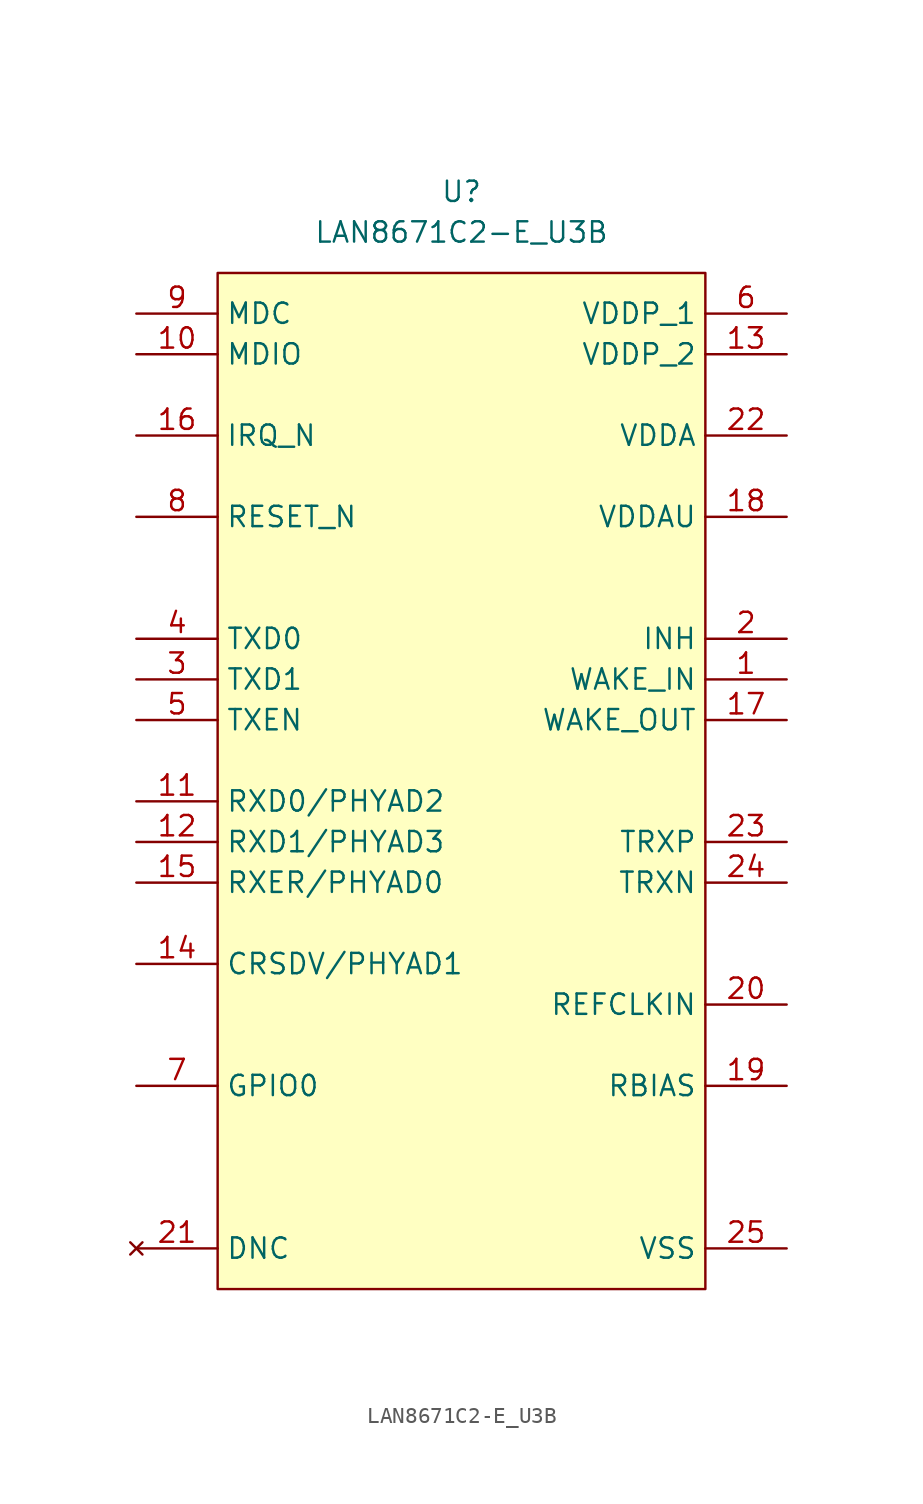
<source format=kicad_sym>
(kicad_symbol_lib
  (version 20241209)
  (generator "kicad_symbol_editor")
  (generator_version "9.0")
  (symbol "LAN8671C2-E_U3B"
    (property "Reference" "U"
      (at 0 5.08 0)
      (effects (font (size 1.27 1.27))))
    (property "Value" "LAN8671C2-E_U3B"
      (at 0 2.54 0)
      (effects (font (size 1.27 1.27))))
    (symbol "LAN8671C2-E_U3B_1_1"
      (rectangle (start -15.24 0) (end 15.24 -63.5) (stroke (width 0) (type solid)) (fill (type background)))
      (pin input line (at -20.32 -2.54 0) (length 5.08) (name "MDC" (effects (font (size 1.27 1.27)))) (number "9" (effects (font (size 1.27 1.27)))))
      (pin bidirectional line (at -20.32 -5.08 0) (length 5.08) (name "MDIO" (effects (font (size 1.27 1.27)))) (number "10" (effects (font (size 1.27 1.27)))))
      (pin output line (at -20.32 -10.16 0) (length 5.08) (name "IRQ_N" (effects (font (size 1.27 1.27)))) (number "16" (effects (font (size 1.27 1.27)))))
      (pin input line (at -20.32 -15.24 0) (length 5.08) (name "RESET_N" (effects (font (size 1.27 1.27)))) (number "8" (effects (font (size 1.27 1.27)))))
      (pin input line (at -20.32 -22.86 0) (length 5.08) (name "TXD0" (effects (font (size 1.27 1.27)))) (number "4" (effects (font (size 1.27 1.27)))))
      (pin input line (at -20.32 -25.4 0) (length 5.08) (name "TXD1" (effects (font (size 1.27 1.27)))) (number "3" (effects (font (size 1.27 1.27)))))
      (pin input line (at -20.32 -27.94 0) (length 5.08) (name "TXEN" (effects (font (size 1.27 1.27)))) (number "5" (effects (font (size 1.27 1.27)))))
      (pin output line (at -20.32 -33.02 0) (length 5.08) (name "RXD0/PHYAD2" (effects (font (size 1.27 1.27)))) (number "11" (effects (font (size 1.27 1.27)))))
      (pin output line (at -20.32 -35.56 0) (length 5.08) (name "RXD1/PHYAD3" (effects (font (size 1.27 1.27)))) (number "12" (effects (font (size 1.27 1.27)))))
      (pin output line (at -20.32 -38.1 0) (length 5.08) (name "RXER/PHYAD0" (effects (font (size 1.27 1.27)))) (number "15" (effects (font (size 1.27 1.27)))))
      (pin output line (at -20.32 -43.18 0) (length 5.08) (name "CRSDV/PHYAD1" (effects (font (size 1.27 1.27)))) (number "14" (effects (font (size 1.27 1.27)))))
      (pin bidirectional line (at -20.32 -50.8 0) (length 5.08) (name "GPIO0" (effects (font (size 1.27 1.27)))) (number "7" (effects (font (size 1.27 1.27)))))
      (pin no_connect line (at -20.32 -60.96 0) (length 5.08) (name "DNC" (effects (font (size 1.27 1.27)))) (number "21" (effects (font (size 1.27 1.27)))))
      (pin power_in line (at 20.32 -2.54 180) (length 5.08) (name "VDDP_1" (effects (font (size 1.27 1.27)))) (number "6" (effects (font (size 1.27 1.27)))))
      (pin power_in line (at 20.32 -5.08 180) (length 5.08) (name "VDDP_2" (effects (font (size 1.27 1.27)))) (number "13" (effects (font (size 1.27 1.27)))))
      (pin power_in line (at 20.32 -10.16 180) (length 5.08) (name "VDDA" (effects (font (size 1.27 1.27)))) (number "22" (effects (font (size 1.27 1.27)))))
      (pin power_in line (at 20.32 -15.24 180) (length 5.08) (name "VDDAU" (effects (font (size 1.27 1.27)))) (number "18" (effects (font (size 1.27 1.27)))))
      (pin output line (at 20.32 -22.86 180) (length 5.08) (name "INH" (effects (font (size 1.27 1.27)))) (number "2" (effects (font (size 1.27 1.27)))))
      (pin input line (at 20.32 -25.4 180) (length 5.08) (name "WAKE_IN" (effects (font (size 1.27 1.27)))) (number "1" (effects (font (size 1.27 1.27)))))
      (pin output line (at 20.32 -27.94 180) (length 5.08) (name "WAKE_OUT" (effects (font (size 1.27 1.27)))) (number "17" (effects (font (size 1.27 1.27)))))
      (pin bidirectional line (at 20.32 -35.56 180) (length 5.08) (name "TRXP" (effects (font (size 1.27 1.27)))) (number "23" (effects (font (size 1.27 1.27)))))
      (pin bidirectional line (at 20.32 -38.1 180) (length 5.08) (name "TRXN" (effects (font (size 1.27 1.27)))) (number "24" (effects (font (size 1.27 1.27)))))
      (pin input line (at 20.32 -45.72 180) (length 5.08) (name "REFCLKIN" (effects (font (size 1.27 1.27)))) (number "20" (effects (font (size 1.27 1.27)))))
      (pin passive line (at 20.32 -50.8 180) (length 5.08) (name "RBIAS" (effects (font (size 1.27 1.27)))) (number "19" (effects (font (size 1.27 1.27)))))
      (pin passive line (at 20.32 -60.96 180) (length 5.08) (name "VSS" (effects (font (size 1.27 1.27)))) (number "25" (effects (font (size 1.27 1.27))))))))
</source>
